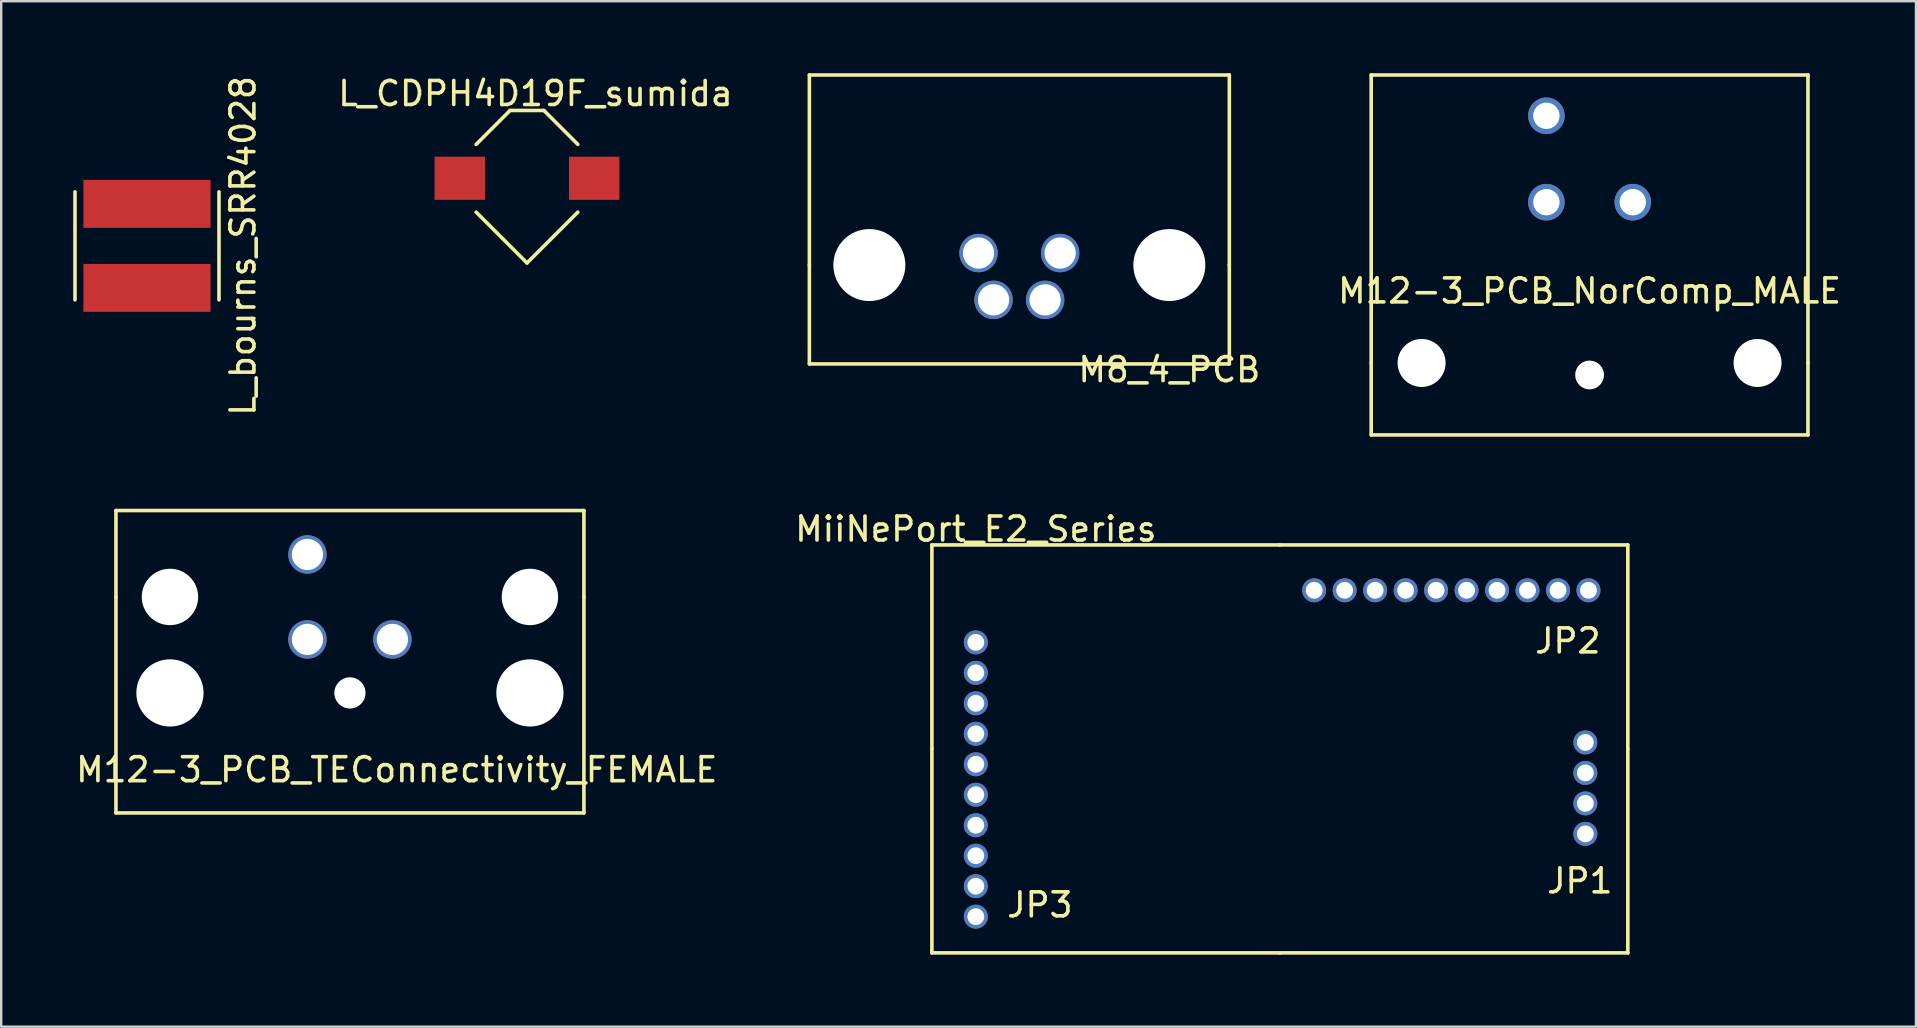
<source format=kicad_pcb>
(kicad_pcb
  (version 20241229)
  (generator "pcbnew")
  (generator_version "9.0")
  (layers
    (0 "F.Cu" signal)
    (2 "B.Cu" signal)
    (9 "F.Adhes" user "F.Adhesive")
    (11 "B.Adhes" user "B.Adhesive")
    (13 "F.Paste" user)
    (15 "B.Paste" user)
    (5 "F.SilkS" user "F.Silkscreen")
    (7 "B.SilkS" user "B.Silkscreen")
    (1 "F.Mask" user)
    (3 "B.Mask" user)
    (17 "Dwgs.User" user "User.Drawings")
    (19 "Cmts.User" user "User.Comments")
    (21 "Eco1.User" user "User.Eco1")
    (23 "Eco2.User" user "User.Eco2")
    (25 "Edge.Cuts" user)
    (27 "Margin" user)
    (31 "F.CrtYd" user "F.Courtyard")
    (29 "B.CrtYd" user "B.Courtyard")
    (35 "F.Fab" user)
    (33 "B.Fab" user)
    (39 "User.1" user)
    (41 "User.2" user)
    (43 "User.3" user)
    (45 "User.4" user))
  (footprint "M12-3_PCB_NorComp_MALE"
    (layer "F.Cu")
    (at 63.189 12.075)
    (property "Reference" "M12-3_PCB_NorComp_MALE" (at 0 -3 0) (layer "F.SilkS") (effects (font (size 1 1) (thickness 0.15))))
    (attr through_hole)
    (fp_line (start -9.1 -12) (end 9.1 -12) (stroke (width 0.15) (type solid)) (layer "F.SilkS"))
    (fp_line (start -9.1 0) (end -9.1 -12) (stroke (width 0.15) (type solid)) (layer "F.SilkS"))
    (fp_line (start -9.1 3) (end -9.1 0) (stroke (width 0.15) (type solid)) (layer "F.SilkS"))
    (fp_line (start 9.1 -12) (end 9.1 0) (stroke (width 0.15) (type solid)) (layer "F.SilkS"))
    (fp_line (start 9.1 0) (end 9.1 3) (stroke (width 0.15) (type solid)) (layer "F.SilkS"))
    (fp_line (start 9.1 3) (end -9.1 3) (stroke (width 0.15) (type solid)) (layer "F.SilkS"))
    (pad "" np_thru_hole circle (at -7 0) (size 2 2) (drill 2) (layers "*.Cu" "*.Mask"))
    (pad "" np_thru_hole circle (at 0 0.5) (size 1.2 1.2) (drill 1.2) (layers "*.Cu" "*.Mask"))
    (pad "" np_thru_hole circle (at 7 0) (size 2 2) (drill 2) (layers "*.Cu" "*.Mask"))
    (pad "2" thru_hole circle (at -1.8 -10.3) (size 1.524 1.524) (drill 1.1) (layers "*.Cu" "*.Mask"))
    (pad "3" thru_hole circle (at -1.8 -6.7) (size 1.524 1.524) (drill 1.1) (layers "*.Cu" "*.Mask"))
    (pad "4" thru_hole circle (at 1.8 -6.7) (size 1.524 1.524) (drill 1.1) (layers "*.Cu" "*.Mask")))
  (footprint "L_CDPH4D19F_sumida"
    (layer "F.Cu")
    (at 18.91 4.378)
    (property "Reference" "L_CDPH4D19F_sumida" (at 0.353 -3.53 0) (layer "F.SilkS") (effects (font (size 1 1) (thickness 0.15))))
    (attr through_hole)
    (fp_line (start -2.118 1.412) (end 0 3.53) (stroke (width 0.15) (type solid)) (layer "F.SilkS"))
    (fp_line (start -0.706 -2.824) (end -2.118 -1.412) (stroke (width 0.15) (type solid)) (layer "F.SilkS"))
    (fp_line (start -0.706 -2.824) (end 0.706 -2.824) (stroke (width 0.15) (type solid)) (layer "F.SilkS"))
    (fp_line (start 0 3.53) (end 2.118 1.412) (stroke (width 0.15) (type solid)) (layer "F.SilkS"))
    (fp_line (start 2.118 -1.412) (end 0.706 -2.824) (stroke (width 0.15) (type solid)) (layer "F.SilkS"))
    (pad "1" smd rect (at -2.8 0) (size 2.1 1.8) (layers "F.Cu" "F.Mask" "F.Paste"))
    (pad "2" smd rect (at 2.8 0) (size 2.1 1.8) (layers "F.Cu" "F.Mask" "F.Paste")))
  (footprint "L_bourns_SRR4028"
    (layer "F.Cu")
    (at 3.075 7.196)
    (property "Reference" "L_bourns_SRR4028" (at 4 0 90) (layer "F.SilkS") (effects (font (size 1 1) (thickness 0.15))))
    (attr through_hole)
    (fp_line (start -3 -2.25) (end -3 2.25) (stroke (width 0.15) (type solid)) (layer "F.SilkS"))
    (fp_line (start 3 -2.25) (end 3 2.25) (stroke (width 0.15) (type solid)) (layer "F.SilkS"))
    (pad "1" smd rect (at 0 -1.75) (size 5.3 2) (layers "F.Cu" "F.Mask" "F.Paste"))
    (pad "2" smd rect (at 0 1.75) (size 5.3 2) (layers "F.Cu" "F.Mask" "F.Paste")))
  (footprint "M8_4_PCB"
    (layer "F.Cu")
    (at 39.427 7.995)
    (property "Reference" "M8_4_PCB" (at 6.25 4.36 0) (layer "F.SilkS") (effects (font (size 1 1) (thickness 0.15))))
    (attr through_hole)
    (fp_line (start -8.75 -7.92) (end 8.75 -7.92) (stroke (width 0.15) (type solid)) (layer "F.SilkS"))
    (fp_line (start -8.75 0) (end -8.75 -7.92) (stroke (width 0.15) (type solid)) (layer "F.SilkS"))
    (fp_line (start -8.75 0) (end -8.75 4.12) (stroke (width 0.15) (type solid)) (layer "F.SilkS"))
    (fp_line (start -8.75 4.12) (end 8.75 4.12) (stroke (width 0.15) (type solid)) (layer "F.SilkS"))
    (fp_line (start 8.75 0) (end 8.75 -7.92) (stroke (width 0.15) (type solid)) (layer "F.SilkS"))
    (fp_line (start 8.75 4.12) (end 8.75 0) (stroke (width 0.15) (type solid)) (layer "F.SilkS"))
    (pad "" np_thru_hole circle (at -6.25 0) (size 3 3) (drill 3) (layers "*.Cu" "*.Mask"))
    (pad "" np_thru_hole circle (at 6.25 0) (size 3 3) (drill 3) (layers "*.Cu" "*.Mask"))
    (pad "1" thru_hole circle (at 1.7 -0.5) (size 1.6 1.6) (drill 1.3) (layers "*.Cu" "*.Mask"))
    (pad "2" thru_hole circle (at 1.075 1.45) (size 1.6 1.6) (drill 1.3) (layers "*.Cu" "*.Mask"))
    (pad "3" thru_hole circle (at -1.7 -0.5) (size 1.6 1.6) (drill 1.3) (layers "*.Cu" "*.Mask"))
    (pad "4" thru_hole circle (at -1.075 1.45) (size 1.6 1.6) (drill 1.3) (layers "*.Cu" "*.Mask")))
  (footprint "MiiNePort_E2_Series"
    (layer "F.Cu")
    (at 64.783 19.658)
    (property "Reference" "MiiNePort_E2_Series" (at -27.17 -0.66 0) (layer "F.SilkS") (effects (font (size 1 1) (thickness 0.15))))
    (attr through_hole)
    (fp_line (start -29 0) (end -14.5 0) (stroke (width 0.15) (type solid)) (layer "F.SilkS"))
    (fp_line (start -29 8.5) (end -29 0) (stroke (width 0.15) (type solid)) (layer "F.SilkS"))
    (fp_line (start -29 17) (end -29 8.5) (stroke (width 0.15) (type solid)) (layer "F.SilkS"))
    (fp_line (start -14.5 0) (end 0 0) (stroke (width 0.15) (type solid)) (layer "F.SilkS"))
    (fp_line (start -14.5 17) (end -29 17) (stroke (width 0.15) (type solid)) (layer "F.SilkS"))
    (fp_line (start 0 0) (end 0 8.5) (stroke (width 0.15) (type solid)) (layer "F.SilkS"))
    (fp_line (start 0 8.5) (end 0 17) (stroke (width 0.15) (type solid)) (layer "F.SilkS"))
    (fp_line (start 0 17) (end -14.5 17) (stroke (width 0.15) (type solid)) (layer "F.SilkS"))
    (fp_text user "JP2" (at -2.5 4 0) (layer "F.SilkS") (effects (font (size 1 1) (thickness 0.15))))
    (fp_text user "JP3" (at -24.5 15 0) (layer "F.SilkS") (effects (font (size 1 1) (thickness 0.15))))
    (fp_text user "JP1" (at -2 14 0) (layer "F.SilkS") (effects (font (size 1 1) (thickness 0.15))))
    (pad "1" thru_hole circle (at -27.17 4.06) (size 1 1) (drill 0.7) (layers "*.Cu" "*.Mask"))
    (pad "2" thru_hole circle (at -27.17 5.33) (size 1 1) (drill 0.7) (layers "*.Cu" "*.Mask"))
    (pad "3" thru_hole circle (at -27.17 6.6) (size 1 1) (drill 0.7) (layers "*.Cu" "*.Mask"))
    (pad "4" thru_hole circle (at -27.17 7.87) (size 1 1) (drill 0.7) (layers "*.Cu" "*.Mask"))
    (pad "5" thru_hole circle (at -27.17 9.14) (size 1 1) (drill 0.7) (layers "*.Cu" "*.Mask"))
    (pad "6" thru_hole circle (at -27.17 10.41) (size 1 1) (drill 0.7) (layers "*.Cu" "*.Mask"))
    (pad "7" thru_hole circle (at -27.17 11.68) (size 1 1) (drill 0.7) (layers "*.Cu" "*.Mask"))
    (pad "8" thru_hole circle (at -27.17 12.95) (size 1 1) (drill 0.7) (layers "*.Cu" "*.Mask"))
    (pad "9" thru_hole circle (at -27.17 14.22) (size 1 1) (drill 0.7) (layers "*.Cu" "*.Mask"))
    (pad "10" thru_hole circle (at -27.17 15.49) (size 1 1) (drill 0.7) (layers "*.Cu" "*.Mask"))
    (pad "11" thru_hole circle (at -1.77 12.04) (size 1 1) (drill 0.7) (layers "*.Cu" "*.Mask"))
    (pad "12" thru_hole circle (at -1.77 10.77) (size 1 1) (drill 0.7) (layers "*.Cu" "*.Mask"))
    (pad "13" thru_hole circle (at -1.77 9.5) (size 1 1) (drill 0.7) (layers "*.Cu" "*.Mask"))
    (pad "14" thru_hole circle (at -1.77 8.23) (size 1 1) (drill 0.7) (layers "*.Cu" "*.Mask"))
    (pad "15" thru_hole circle (at -1.64 1.89) (size 1 1) (drill 0.7) (layers "*.Cu" "*.Mask"))
    (pad "16" thru_hole circle (at -2.91 1.89) (size 1 1) (drill 0.7) (layers "*.Cu" "*.Mask"))
    (pad "17" thru_hole circle (at -4.18 1.89) (size 1 1) (drill 0.7) (layers "*.Cu" "*.Mask"))
    (pad "18" thru_hole circle (at -5.45 1.89) (size 1 1) (drill 0.7) (layers "*.Cu" "*.Mask"))
    (pad "19" thru_hole circle (at -6.72 1.89) (size 1 1) (drill 0.7) (layers "*.Cu" "*.Mask"))
    (pad "20" thru_hole circle (at -7.99 1.89) (size 1 1) (drill 0.7) (layers "*.Cu" "*.Mask"))
    (pad "21" thru_hole circle (at -9.26 1.89) (size 1 1) (drill 0.7) (layers "*.Cu" "*.Mask"))
    (pad "22" thru_hole circle (at -10.53 1.89) (size 1 1) (drill 0.7) (layers "*.Cu" "*.Mask"))
    (pad "23" thru_hole circle (at -11.8 1.89) (size 1 1) (drill 0.7) (layers "*.Cu" "*.Mask"))
    (pad "24" thru_hole circle (at -13.07 1.89) (size 1 1) (drill 0.7) (layers "*.Cu" "*.Mask")))
  (footprint "M12-3_PCB_TEConnectivity_FEMALE"
    (layer "F.Cu")
    (at 11.532 21.825)
    (property "Reference" "M12-3_PCB_TEConnectivity_FEMALE" (at 1.95 7.2 0) (layer "F.SilkS") (effects (font (size 1 1) (thickness 0.15))))
    (attr through_hole)
    (fp_line (start -9.75 -3.6) (end -9.75 0) (stroke (width 0.15) (type solid)) (layer "F.SilkS"))
    (fp_line (start -9.75 9) (end -9.75 0) (stroke (width 0.15) (type solid)) (layer "F.SilkS"))
    (fp_line (start 9.75 -3.6) (end -9.75 -3.6) (stroke (width 0.15) (type solid)) (layer "F.SilkS"))
    (fp_line (start 9.75 0) (end 9.75 -3.6) (stroke (width 0.15) (type solid)) (layer "F.SilkS"))
    (fp_line (start 9.75 0) (end 9.75 9) (stroke (width 0.15) (type solid)) (layer "F.SilkS"))
    (fp_line (start 9.75 9) (end -9.75 9) (stroke (width 0.15) (type solid)) (layer "F.SilkS"))
    (pad "" np_thru_hole circle (at -7.5 0) (size 2.35 2.35) (drill 2.35) (layers "*.Cu" "*.Mask"))
    (pad "" np_thru_hole circle (at -7.5 4) (size 2.8 2.8) (drill 2.8) (layers "*.Cu" "*.Mask"))
    (pad "" np_thru_hole circle (at 0 4) (size 1.3 1.3) (drill 1.3) (layers "*.Cu" "*.Mask"))
    (pad "" np_thru_hole circle (at 7.5 0) (size 2.35 2.35) (drill 2.35) (layers "*.Cu" "*.Mask"))
    (pad "" np_thru_hole circle (at 7.5 4) (size 2.8 2.8) (drill 2.8) (layers "*.Cu" "*.Mask"))
    (pad "1" thru_hole circle (at -1.77 -1.77) (size 1.6 1.6) (drill 1.3) (layers "*.Cu" "*.Mask"))
    (pad "3" thru_hole circle (at 1.77 1.77) (size 1.6 1.6) (drill 1.3) (layers "*.Cu" "*.Mask"))
    (pad "4" thru_hole circle (at -1.77 1.77) (size 1.6 1.6) (drill 1.3) (layers "*.Cu" "*.Mask")))
  (gr_rect
    (start -3 -3)
    (end 76.79 39.733)
    (stroke (width 0.1) (type default))
    (fill no)
    (layer "Edge.Cuts")))
</source>
